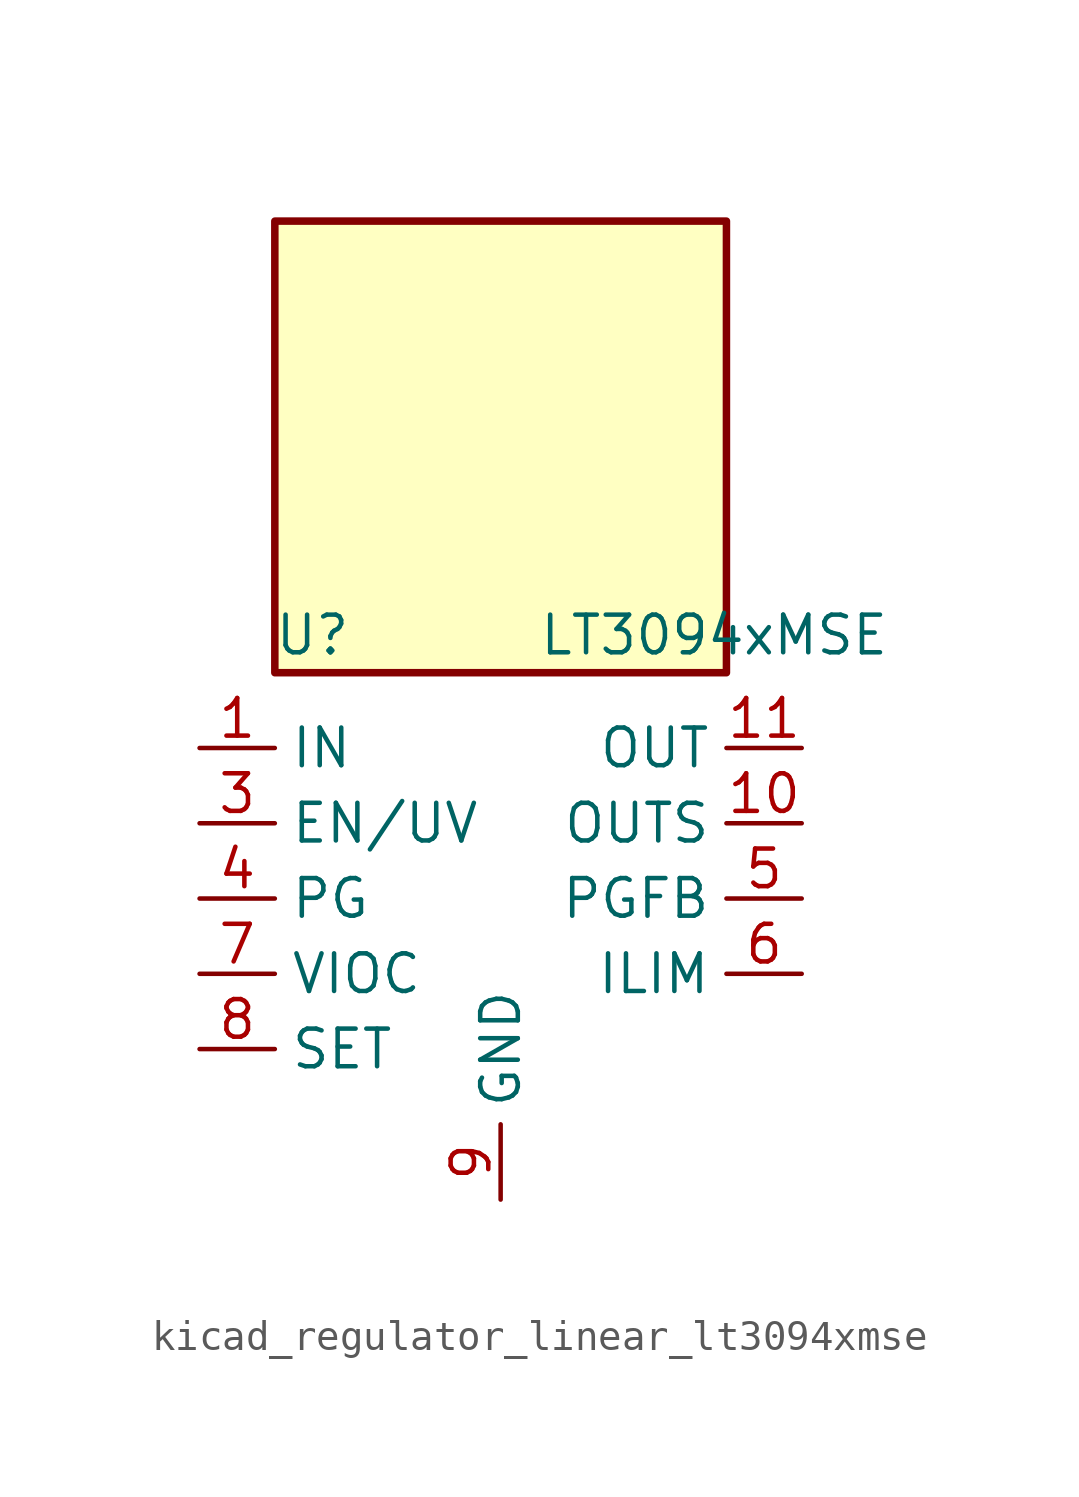
<source format=kicad_sym>
(kicad_symbol_lib
  (version 20220914)
  (generator kicad_symbol_editor)
  (symbol "kicad_regulator_linear_lt3094xmse"
    (property "Reference" "U"
      (at -6.35 8.89 0)
      (effects (font (size 1.27 1.27))))
    (property "Value" "LT3094xMSE"
      (at 1.27 8.89 0)
      (effects (font (size 1.27 1.27)) (justify left)))
    (symbol "kicad_regulator_linear_lt3094xmse_0_0"
      (pin passive line (at 10.16 5.08 180) (length 2.54) hide (name "OUT" (effects (font (size 1.27 1.27)))) (number "12" (effects (font (size 1.27 1.27)))))
      (pin passive line (at -10.16 5.08 0) (length 2.54) hide (name "IN" (effects (font (size 1.27 1.27)))) (number "13" (effects (font (size 1.27 1.27))))))
    (symbol "kicad_regulator_linear_lt3094xmse_0_1"
      (rectangle (start 7.62 22.86) (end -7.62 7.62) (stroke (width 0.254) (type default)) (fill (type background))))
    (symbol "kicad_regulator_linear_lt3094xmse_1_1"
      (pin power_in line (at -10.16 5.08 0) (length 2.54) (name "IN" (effects (font (size 1.27 1.27)))) (number "1" (effects (font (size 1.27 1.27)))))
      (pin input line (at 10.16 2.54 180) (length 2.54) (name "OUTS" (effects (font (size 1.27 1.27)))) (number "10" (effects (font (size 1.27 1.27)))))
      (pin power_out line (at 10.16 5.08 180) (length 2.54) (name "OUT" (effects (font (size 1.27 1.27)))) (number "11" (effects (font (size 1.27 1.27)))))
      (pin passive line (at -10.16 5.08 0) (length 2.54) hide (name "IN" (effects (font (size 1.27 1.27)))) (number "2" (effects (font (size 1.27 1.27)))))
      (pin input line (at -10.16 2.54 0) (length 2.54) (name "EN/UV" (effects (font (size 1.27 1.27)))) (number "3" (effects (font (size 1.27 1.27)))))
      (pin open_collector line (at -10.16 0 0) (length 2.54) (name "PG" (effects (font (size 1.27 1.27)))) (number "4" (effects (font (size 1.27 1.27)))))
      (pin input line (at 10.16 0 180) (length 2.54) (name "PGFB" (effects (font (size 1.27 1.27)))) (number "5" (effects (font (size 1.27 1.27)))))
      (pin passive line (at 10.16 -2.54 180) (length 2.54) (name "ILIM" (effects (font (size 1.27 1.27)))) (number "6" (effects (font (size 1.27 1.27)))))
      (pin passive line (at -10.16 -2.54 0) (length 2.54) (name "VIOC" (effects (font (size 1.27 1.27)))) (number "7" (effects (font (size 1.27 1.27)))))
      (pin passive line (at -10.16 -5.08 0) (length 2.54) (name "SET" (effects (font (size 1.27 1.27)))) (number "8" (effects (font (size 1.27 1.27)))))
      (pin power_in line (at 0 -10.16 90) (length 2.54) (name "GND" (effects (font (size 1.27 1.27)))) (number "9" (effects (font (size 1.27 1.27))))))))
</source>
